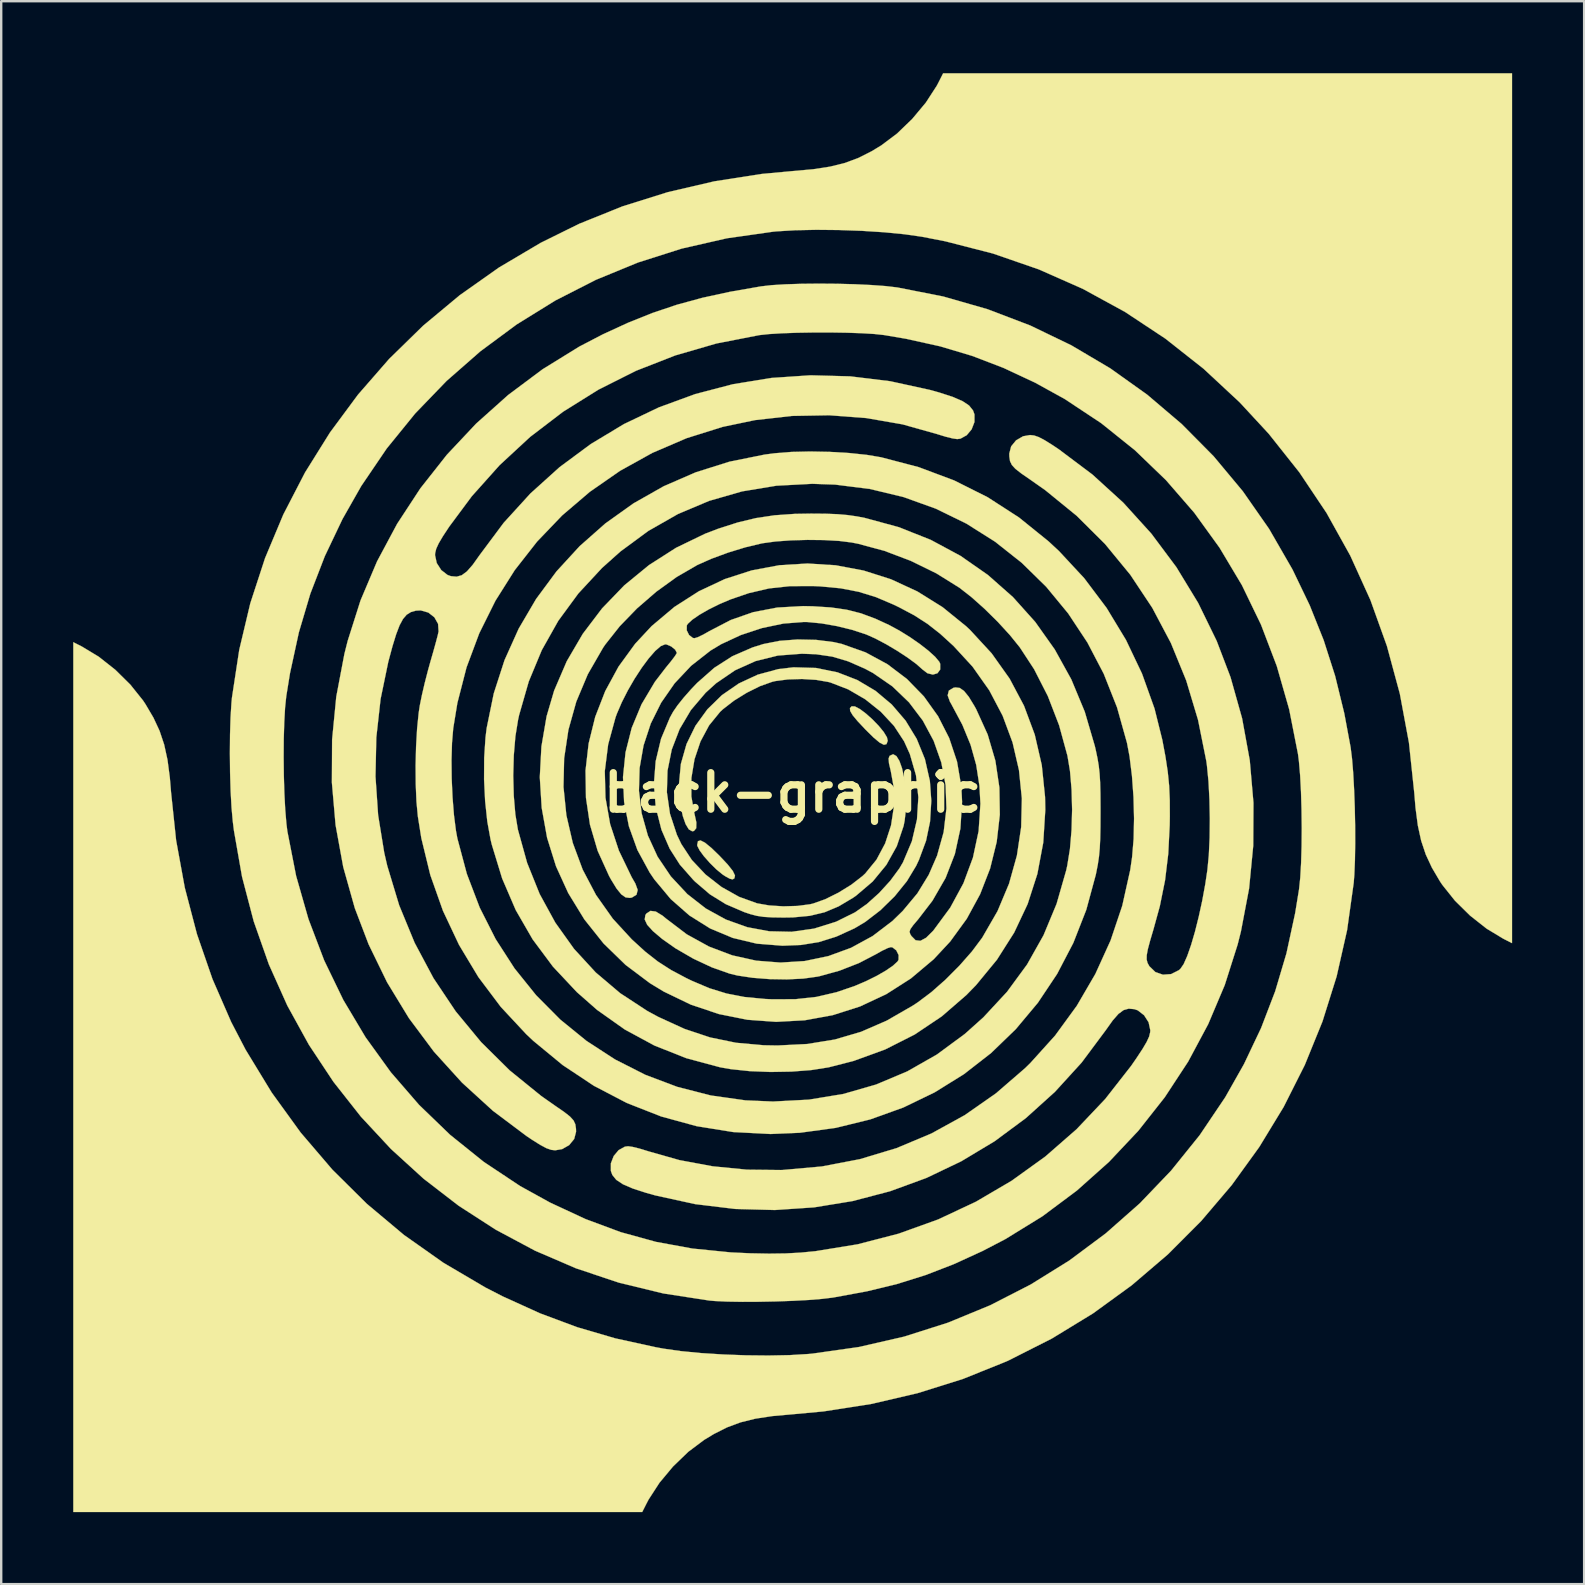
<source format=kicad_pcb>
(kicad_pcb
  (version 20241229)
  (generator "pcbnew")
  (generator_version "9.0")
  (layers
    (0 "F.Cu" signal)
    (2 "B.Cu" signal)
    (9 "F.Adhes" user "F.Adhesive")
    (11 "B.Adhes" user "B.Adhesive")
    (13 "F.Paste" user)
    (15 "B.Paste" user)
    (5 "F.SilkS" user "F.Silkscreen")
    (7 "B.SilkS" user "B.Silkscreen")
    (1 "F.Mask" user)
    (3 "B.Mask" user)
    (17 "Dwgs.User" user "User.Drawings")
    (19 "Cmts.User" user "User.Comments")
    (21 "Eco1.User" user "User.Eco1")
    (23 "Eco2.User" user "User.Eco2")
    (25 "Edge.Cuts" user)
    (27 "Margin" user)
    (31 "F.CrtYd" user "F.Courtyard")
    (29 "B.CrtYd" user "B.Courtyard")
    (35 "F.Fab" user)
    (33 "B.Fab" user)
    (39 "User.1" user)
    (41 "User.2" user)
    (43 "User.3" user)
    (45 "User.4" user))
  (footprint "back-graphic"
    (layer "F.Cu")
    (at 29.977 29.977)
    (property "Reference" "back-graphic" (at 0 0 0) (layer "F.SilkS") (effects (font (size 1.524 1.524) (thickness 0.3))))
    (attr through_hole)
    (fp_poly (pts (xy 2.595 -3.593) (xy 2.806 -3.481) (xy 3.06 -3.29) (xy 3.329 -3.049) (xy 3.583 -2.786) (xy 3.793 -2.53) (xy 3.928 -2.308) (xy 3.961 -2.161) (xy 3.909 -2.022) (xy 3.8 -1.995) (xy 3.622 -2.087) (xy 3.365 -2.302) (xy 3.027 -2.637) (xy 2.705 -2.98) (xy 2.498 -3.23) (xy 2.396 -3.404) (xy 2.386 -3.521) (xy 2.457 -3.599) (xy 2.595 -3.593)) (stroke (width 0.01) (type solid)) (fill yes) (layer "F.SilkS"))
    (fp_poly (pts (xy -3.656 2.082) (xy -3.385 2.304) (xy -3.049 2.629) (xy -2.708 2.992) (xy -2.494 3.262) (xy -2.403 3.452) (xy -2.428 3.57) (xy -2.503 3.614) (xy -2.619 3.586) (xy -2.813 3.48) (xy -2.932 3.4) (xy -3.191 3.186) (xy -3.455 2.924) (xy -3.695 2.652) (xy -3.877 2.404) (xy -3.972 2.218) (xy -3.979 2.178) (xy -3.946 2.022) (xy -3.841 1.989) (xy -3.656 2.082)) (stroke (width 0.01) (type solid)) (fill yes) (layer "F.SilkS"))
    (fp_poly (pts (xy 29.972 6.269) (xy 29.612 6.087) (xy 28.915 5.666) (xy 28.226 5.123) (xy 27.595 4.501) (xy 27.069 3.843) (xy 26.966 3.688) (xy 26.635 3.126) (xy 26.379 2.577) (xy 26.187 2.003) (xy 26.048 1.366) (xy 25.951 0.628) (xy 25.9 0.013) (xy 25.678 -2.081) (xy 25.298 -4.123) (xy 24.761 -6.108) (xy 24.072 -8.028) (xy 23.232 -9.879) (xy 22.244 -11.655) (xy 21.111 -13.348) (xy 19.836 -14.954) (xy 18.627 -16.261) (xy 17.121 -17.662) (xy 15.529 -18.918) (xy 13.852 -20.028) (xy 12.093 -20.99) (xy 10.255 -21.803) (xy 8.341 -22.465) (xy 6.354 -22.975) (xy 5.376 -23.165) (xy 4.654 -23.268) (xy 3.809 -23.35) (xy 2.886 -23.409) (xy 1.931 -23.443) (xy 0.989 -23.452) (xy 0.104 -23.434) (xy -0.677 -23.387) (xy -0.817 -23.373) (xy -2.742 -23.099) (xy -4.621 -22.67) (xy -6.444 -22.09) (xy -8.203 -21.367) (xy -9.889 -20.506) (xy -11.494 -19.513) (xy -13.007 -18.394) (xy -14.421 -17.155) (xy -15.726 -15.802) (xy -16.914 -14.34) (xy -17.976 -12.776) (xy -18.756 -11.403) (xy -19.493 -9.855) (xy -20.096 -8.293) (xy -20.575 -6.679) (xy -20.944 -4.98) (xy -21.099 -4.022) (xy -21.149 -3.547) (xy -21.183 -2.941) (xy -21.204 -2.244) (xy -21.209 -1.493) (xy -21.201 -0.726) (xy -21.179 0.019) (xy -21.143 0.702) (xy -21.094 1.287) (xy -21.054 1.609) (xy -20.689 3.47) (xy -20.175 5.267) (xy -19.519 6.991) (xy -18.724 8.635) (xy -17.796 10.191) (xy -16.741 11.652) (xy -15.565 13.01) (xy -14.272 14.257) (xy -12.867 15.386) (xy -11.358 16.389) (xy -10.101 17.083) (xy -8.621 17.77) (xy -7.163 18.312) (xy -5.693 18.717) (xy -4.177 18.995) (xy -2.579 19.155) (xy -1.778 19.192) (xy -0.981 19.207) (xy -0.296 19.198) (xy 0.333 19.164) (xy 0.95 19.104) (xy 2.71 18.817) (xy 4.417 18.374) (xy 6.061 17.782) (xy 7.633 17.045) (xy 9.124 16.17) (xy 10.525 15.162) (xy 11.827 14.025) (xy 13.02 12.767) (xy 14.096 11.392) (xy 14.308 11.087) (xy 14.573 10.685) (xy 14.749 10.387) (xy 14.852 10.163) (xy 14.896 9.981) (xy 14.901 9.896) (xy 14.83 9.567) (xy 14.642 9.274) (xy 14.379 9.07) (xy 14.236 9.02) (xy 14.001 8.999) (xy 13.788 9.059) (xy 13.573 9.218) (xy 13.332 9.493) (xy 13.042 9.901) (xy 12.04 11.245) (xy 10.927 12.466) (xy 9.714 13.561) (xy 8.411 14.526) (xy 7.027 15.357) (xy 5.574 16.052) (xy 4.06 16.606) (xy 2.497 17.016) (xy 0.893 17.278) (xy -0.741 17.389) (xy -2.395 17.345) (xy -4.059 17.144) (xy -5.723 16.78) (xy -6.113 16.671) (xy -6.668 16.491) (xy -7.074 16.315) (xy -7.35 16.131) (xy -7.514 15.928) (xy -7.575 15.76) (xy -7.574 15.442) (xy -7.456 15.138) (xy -7.251 14.893) (xy -6.991 14.75) (xy -6.857 14.732) (xy -6.668 14.759) (xy -6.38 14.83) (xy -6.052 14.93) (xy -6.019 14.941) (xy -4.718 15.31) (xy -3.331 15.568) (xy -1.906 15.708) (xy -0.491 15.723) (xy -0.423 15.721) (xy 1.217 15.574) (xy 2.803 15.27) (xy 4.327 14.811) (xy 5.784 14.199) (xy 7.168 13.437) (xy 8.471 12.527) (xy 9.69 11.473) (xy 9.905 11.262) (xy 10.932 10.124) (xy 11.838 8.881) (xy 12.612 7.553) (xy 13.247 6.156) (xy 13.733 4.71) (xy 14.063 3.231) (xy 14.143 2.682) (xy 14.206 1.927) (xy 14.224 1.075) (xy 14.201 0.183) (xy 14.137 -0.695) (xy 14.037 -1.506) (xy 13.93 -2.074) (xy 13.515 -3.554) (xy 12.962 -4.951) (xy 12.279 -6.259) (xy 11.477 -7.471) (xy 10.563 -8.579) (xy 9.546 -9.576) (xy 8.434 -10.456) (xy 7.238 -11.211) (xy 5.964 -11.833) (xy 4.622 -12.316) (xy 3.221 -12.653) (xy 1.768 -12.836) (xy 0.817 -12.869) (xy -0.676 -12.79) (xy -2.108 -12.553) (xy -3.476 -12.16) (xy -4.778 -11.611) (xy -6.013 -10.907) (xy -7.176 -10.05) (xy -7.947 -9.36) (xy -8.931 -8.299) (xy -9.766 -7.161) (xy -10.453 -5.94) (xy -10.996 -4.633) (xy -11.398 -3.234) (xy -11.441 -3.038) (xy -11.553 -2.346) (xy -11.62 -1.552) (xy -11.643 -0.711) (xy -11.621 0.125) (xy -11.555 0.902) (xy -11.449 1.539) (xy -11.064 2.925) (xy -10.543 4.22) (xy -9.889 5.416) (xy -9.109 6.509) (xy -8.206 7.491) (xy -7.185 8.356) (xy -6.051 9.098) (xy -5.588 9.348) (xy -4.5 9.845) (xy -3.438 10.199) (xy -2.356 10.421) (xy -1.208 10.524) (xy -0.635 10.534) (xy 0.604 10.472) (xy 1.756 10.285) (xy 2.849 9.964) (xy 3.916 9.5) (xy 4.987 8.884) (xy 5.214 8.735) (xy 5.772 8.316) (xy 6.365 7.793) (xy 6.945 7.211) (xy 7.468 6.617) (xy 7.888 6.056) (xy 7.9 6.038) (xy 8.535 4.937) (xy 9.015 3.793) (xy 9.343 2.619) (xy 9.521 1.429) (xy 9.549 0.238) (xy 9.429 -0.94) (xy 9.162 -2.092) (xy 8.749 -3.204) (xy 8.193 -4.262) (xy 7.494 -5.252) (xy 6.703 -6.112) (xy 6.143 -6.623) (xy 5.617 -7.035) (xy 5.065 -7.39) (xy 4.428 -7.728) (xy 4.204 -7.836) (xy 3.47 -8.148) (xy 2.753 -8.369) (xy 1.998 -8.515) (xy 1.152 -8.595) (xy 0.847 -8.609) (xy -0.113 -8.605) (xy -0.985 -8.51) (xy -1.831 -8.313) (xy -2.589 -8.053) (xy -3.052 -7.856) (xy -3.491 -7.639) (xy -3.877 -7.417) (xy -4.179 -7.21) (xy -4.368 -7.036) (xy -4.411 -6.966) (xy -4.414 -6.765) (xy -4.317 -6.57) (xy -4.161 -6.448) (xy -4.091 -6.435) (xy -3.954 -6.477) (xy -3.726 -6.586) (xy -3.478 -6.727) (xy -2.578 -7.195) (xy -1.642 -7.522) (xy -0.645 -7.713) (xy 0.435 -7.774) (xy 0.839 -7.766) (xy 1.599 -7.717) (xy 2.249 -7.623) (xy 2.846 -7.472) (xy 3.448 -7.248) (xy 4.022 -6.983) (xy 4.452 -6.75) (xy 4.886 -6.481) (xy 5.296 -6.196) (xy 5.655 -5.916) (xy 5.935 -5.662) (xy 6.108 -5.455) (xy 6.147 -5.371) (xy 6.147 -5.131) (xy 6.033 -4.976) (xy 5.844 -4.92) (xy 5.617 -4.975) (xy 5.412 -5.13) (xy 5.157 -5.358) (xy 4.789 -5.628) (xy 4.352 -5.914) (xy 3.889 -6.188) (xy 3.441 -6.425) (xy 3.064 -6.593) (xy 2.488 -6.782) (xy 1.845 -6.94) (xy 1.199 -7.053) (xy 0.619 -7.109) (xy 0.466 -7.112) (xy -0.384 -7.046) (xy -1.278 -6.859) (xy -2.161 -6.567) (xy -2.979 -6.187) (xy -3.422 -5.921) (xy -4.233 -5.285) (xy -4.92 -4.555) (xy -5.481 -3.748) (xy -5.913 -2.88) (xy -6.213 -1.968) (xy -6.378 -1.028) (xy -6.405 -0.079) (xy -6.291 0.865) (xy -6.033 1.786) (xy -5.629 2.667) (xy -5.076 3.488) (xy -4.389 4.225) (xy -3.619 4.826) (xy -2.783 5.286) (xy -1.897 5.604) (xy -0.978 5.775) (xy -0.043 5.796) (xy 0.891 5.664) (xy 1.809 5.377) (xy 2.601 4.985) (xy 3.094 4.637) (xy 3.598 4.184) (xy 4.065 3.673) (xy 4.447 3.155) (xy 4.597 2.9) (xy 4.967 2.024) (xy 5.18 1.114) (xy 5.237 0.191) (xy 5.138 -0.725) (xy 4.882 -1.611) (xy 4.641 -2.143) (xy 4.222 -2.782) (xy 3.671 -3.374) (xy 3.023 -3.891) (xy 2.314 -4.304) (xy 1.582 -4.587) (xy 1.485 -4.613) (xy 0.978 -4.7) (xy 0.392 -4.736) (xy -0.198 -4.719) (xy -0.721 -4.65) (xy -0.85 -4.62) (xy -1.357 -4.44) (xy -1.91 -4.165) (xy -2.448 -3.832) (xy -2.908 -3.475) (xy -3.023 -3.368) (xy -3.482 -2.804) (xy -3.841 -2.134) (xy -4.09 -1.393) (xy -4.219 -0.617) (xy -4.221 0.158) (xy -4.096 0.859) (xy -4.013 1.239) (xy -4.019 1.482) (xy -4.113 1.596) (xy -4.186 1.609) (xy -4.328 1.529) (xy -4.461 1.309) (xy -4.577 0.977) (xy -4.667 0.563) (xy -4.724 0.095) (xy -4.74 -0.322) (xy -4.658 -1.198) (xy -4.423 -2.024) (xy -4.051 -2.786) (xy -3.555 -3.471) (xy -2.948 -4.064) (xy -2.244 -4.55) (xy -1.457 -4.916) (xy -0.602 -5.148) (xy 0.035 -5.223) (xy 0.972 -5.196) (xy 1.863 -5.015) (xy 2.694 -4.693) (xy 3.453 -4.242) (xy 4.127 -3.675) (xy 4.703 -3.004) (xy 5.168 -2.241) (xy 5.511 -1.398) (xy 5.717 -0.489) (xy 5.776 0.339) (xy 5.724 1.204) (xy 5.558 2.002) (xy 5.263 2.797) (xy 5.145 3.048) (xy 4.76 3.687) (xy 4.25 4.318) (xy 3.656 4.899) (xy 3.02 5.388) (xy 2.578 5.651) (xy 1.817 5.998) (xy 1.094 6.225) (xy 0.346 6.346) (xy -0.423 6.377) (xy -1.491 6.292) (xy -2.499 6.051) (xy -3.44 5.657) (xy -4.303 5.116) (xy -5.081 4.433) (xy -5.764 3.613) (xy -5.957 3.329) (xy -6.469 2.388) (xy -6.824 1.401) (xy -7.024 0.383) (xy -7.07 -0.65) (xy -6.963 -1.683) (xy -6.706 -2.699) (xy -6.297 -3.683) (xy -5.74 -4.619) (xy -5.281 -5.216) (xy -5.072 -5.471) (xy -4.913 -5.68) (xy -4.832 -5.808) (xy -4.826 -5.826) (xy -4.896 -5.96) (xy -5.06 -6.092) (xy -5.251 -6.174) (xy -5.313 -6.181) (xy -5.495 -6.107) (xy -5.73 -5.903) (xy -6.001 -5.593) (xy -6.292 -5.2) (xy -6.586 -4.749) (xy -6.867 -4.263) (xy -7.119 -3.768) (xy -7.326 -3.286) (xy -7.381 -3.135) (xy -7.688 -2.011) (xy -7.828 -0.898) (xy -7.8 0.208) (xy -7.605 1.311) (xy -7.241 2.414) (xy -6.708 3.52) (xy -6.554 3.787) (xy -6.457 4.053) (xy -6.507 4.252) (xy -6.697 4.369) (xy -6.785 4.385) (xy -6.961 4.363) (xy -7.139 4.239) (xy -7.336 3.997) (xy -7.568 3.618) (xy -7.649 3.471) (xy -8.125 2.423) (xy -8.446 1.331) (xy -8.613 0.21) (xy -8.631 -0.922) (xy -8.501 -2.051) (xy -8.227 -3.159) (xy -7.81 -4.231) (xy -7.255 -5.252) (xy -6.563 -6.203) (xy -5.878 -6.939) (xy -4.929 -7.738) (xy -3.908 -8.392) (xy -2.829 -8.899) (xy -1.706 -9.261) (xy -0.552 -9.477) (xy 0.619 -9.548) (xy 1.793 -9.474) (xy 2.956 -9.255) (xy 4.095 -8.892) (xy 5.195 -8.384) (xy 6.244 -7.731) (xy 7.227 -6.934) (xy 7.391 -6.78) (xy 8.29 -5.805) (xy 9.04 -4.75) (xy 9.639 -3.62) (xy 10.086 -2.419) (xy 10.379 -1.15) (xy 10.516 0.18) (xy 10.526 0.72) (xy 10.441 2.078) (xy 10.195 3.386) (xy 9.79 4.64) (xy 9.228 5.832) (xy 8.512 6.959) (xy 7.644 8.014) (xy 7.246 8.424) (xy 6.215 9.318) (xy 5.085 10.076) (xy 3.858 10.697) (xy 2.537 11.178) (xy 1.498 11.444) (xy 0.777 11.558) (xy -0.049 11.622) (xy -0.922 11.637) (xy -1.786 11.603) (xy -2.583 11.519) (xy -3.022 11.442) (xy -4.434 11.062) (xy -5.758 10.537) (xy -6.996 9.867) (xy -8.149 9.051) (xy -8.991 8.311) (xy -9.988 7.248) (xy -10.835 6.11) (xy -11.539 4.89) (xy -12.104 3.577) (xy -12.536 2.164) (xy -12.588 1.948) (xy -12.723 1.204) (xy -12.814 0.352) (xy -12.858 -0.553) (xy -12.853 -1.456) (xy -12.798 -2.302) (xy -12.75 -2.689) (xy -12.454 -4.135) (xy -12.006 -5.52) (xy -11.415 -6.834) (xy -10.69 -8.07) (xy -9.841 -9.218) (xy -8.876 -10.27) (xy -7.804 -11.218) (xy -6.634 -12.053) (xy -5.376 -12.766) (xy -4.038 -13.348) (xy -2.629 -13.792) (xy -1.159 -14.088) (xy -0.743 -14.142) (xy -0.054 -14.197) (xy 0.726 -14.215) (xy 1.546 -14.199) (xy 2.351 -14.152) (xy 3.091 -14.074) (xy 3.68 -13.975) (xy 5.251 -13.563) (xy 6.73 -13.009) (xy 8.122 -12.311) (xy 9.43 -11.466) (xy 10.659 -10.473) (xy 11.099 -10.064) (xy 12.148 -8.935) (xy 13.081 -7.695) (xy 13.887 -6.364) (xy 14.555 -4.961) (xy 15.076 -3.506) (xy 15.401 -2.201) (xy 15.534 -1.492) (xy 15.627 -0.877) (xy 15.685 -0.297) (xy 15.712 0.307) (xy 15.715 0.993) (xy 15.709 1.355) (xy 15.649 2.547) (xy 15.516 3.649) (xy 15.298 4.728) (xy 15.033 5.693) (xy 14.891 6.173) (xy 14.798 6.522) (xy 14.752 6.772) (xy 14.749 6.952) (xy 14.786 7.094) (xy 14.858 7.226) (xy 14.863 7.233) (xy 15.112 7.474) (xy 15.428 7.584) (xy 15.769 7.559) (xy 16.091 7.396) (xy 16.153 7.342) (xy 16.29 7.144) (xy 16.441 6.803) (xy 16.601 6.344) (xy 16.763 5.791) (xy 16.919 5.169) (xy 17.064 4.504) (xy 17.19 3.819) (xy 17.28 3.217) (xy 17.339 2.602) (xy 17.373 1.874) (xy 17.381 1.085) (xy 17.365 0.288) (xy 17.326 -0.464) (xy 17.262 -1.119) (xy 17.236 -1.312) (xy 16.89 -3.033) (xy 16.397 -4.675) (xy 15.76 -6.233) (xy 14.982 -7.704) (xy 14.067 -9.081) (xy 13.016 -10.36) (xy 11.834 -11.536) (xy 10.524 -12.604) (xy 9.898 -13.044) (xy 9.531 -13.297) (xy 9.283 -13.49) (xy 9.133 -13.653) (xy 9.056 -13.814) (xy 9.028 -14.003) (xy 9.025 -14.128) (xy 9.103 -14.428) (xy 9.309 -14.681) (xy 9.602 -14.85) (xy 9.891 -14.901) (xy 10.062 -14.882) (xy 10.257 -14.814) (xy 10.508 -14.681) (xy 10.845 -14.47) (xy 11.087 -14.308) (xy 12.488 -13.256) (xy 13.776 -12.082) (xy 14.944 -10.793) (xy 15.986 -9.398) (xy 16.895 -7.905) (xy 17.666 -6.324) (xy 18.244 -4.81) (xy 18.726 -3.096) (xy 19.045 -1.349) (xy 19.199 0.423) (xy 19.19 2.209) (xy 19.016 3.999) (xy 18.677 5.783) (xy 18.54 6.326) (xy 18.004 8.013) (xy 17.314 9.643) (xy 16.479 11.204) (xy 15.505 12.689) (xy 14.403 14.086) (xy 13.179 15.385) (xy 11.843 16.577) (xy 10.403 17.652) (xy 8.866 18.599) (xy 7.916 19.094) (xy 6.71 19.646) (xy 5.538 20.099) (xy 4.35 20.471) (xy 3.098 20.775) (xy 1.732 21.027) (xy 1.645 21.041) (xy 1.212 21.093) (xy 0.651 21.138) (xy -0.001 21.173) (xy -0.704 21.198) (xy -1.418 21.212) (xy -2.105 21.215) (xy -2.724 21.205) (xy -3.237 21.181) (xy -3.471 21.161) (xy -5.384 20.866) (xy -7.236 20.417) (xy -9.023 19.82) (xy -10.737 19.082) (xy -12.371 18.209) (xy -13.92 17.208) (xy -15.377 16.085) (xy -16.736 14.847) (xy -17.989 13.5) (xy -19.131 12.051) (xy -20.155 10.506) (xy -21.055 8.872) (xy -21.824 7.155) (xy -22.455 5.362) (xy -22.943 3.499) (xy -23.281 1.573) (xy -23.328 1.196) (xy -23.38 0.619) (xy -23.418 -0.075) (xy -23.441 -0.841) (xy -23.449 -1.635) (xy -23.443 -2.413) (xy -23.421 -3.13) (xy -23.383 -3.741) (xy -23.362 -3.962) (xy -23.059 -5.95) (xy -22.598 -7.89) (xy -21.983 -9.773) (xy -21.221 -11.592) (xy -20.318 -13.339) (xy -19.278 -15.006) (xy -18.108 -16.587) (xy -16.813 -18.072) (xy -15.398 -19.455) (xy -13.871 -20.727) (xy -12.235 -21.882) (xy -10.497 -22.91) (xy -8.89 -23.704) (xy -7.093 -24.428) (xy -5.208 -25.019) (xy -3.263 -25.472) (xy -1.285 -25.78) (xy 0.013 -25.9) (xy 0.849 -25.975) (xy 1.555 -26.083) (xy 2.17 -26.235) (xy 2.733 -26.444) (xy 3.281 -26.72) (xy 3.688 -26.966) (xy 4.348 -27.461) (xy 4.982 -28.072) (xy 5.548 -28.75) (xy 6.002 -29.45) (xy 6.087 -29.612) (xy 6.269 -29.972) (xy 29.972 -29.972) (xy 29.972 6.269)) (stroke (width 0.01) (type solid)) (fill yes) (layer "F.SilkS"))
    (fp_poly (pts (xy 1.845 -21.203) (xy 2.584 -21.184) (xy 3.274 -21.151) (xy 3.878 -21.107) (xy 4.36 -21.05) (xy 6.27 -20.674) (xy 8.12 -20.143) (xy 9.903 -19.463) (xy 11.611 -18.639) (xy 13.236 -17.678) (xy 14.771 -16.583) (xy 16.207 -15.362) (xy 17.537 -14.019) (xy 18.754 -12.561) (xy 19.849 -10.992) (xy 20.814 -9.318) (xy 20.838 -9.272) (xy 21.542 -7.808) (xy 22.124 -6.354) (xy 22.601 -4.867) (xy 22.984 -3.302) (xy 23.247 -1.89) (xy 23.305 -1.426) (xy 23.354 -0.83) (xy 23.392 -0.139) (xy 23.42 0.608) (xy 23.436 1.375) (xy 23.438 2.125) (xy 23.427 2.819) (xy 23.402 3.42) (xy 23.376 3.757) (xy 23.1 5.729) (xy 22.664 7.657) (xy 22.075 9.532) (xy 21.337 11.347) (xy 20.457 13.094) (xy 19.44 14.765) (xy 18.293 16.351) (xy 17.021 17.846) (xy 15.629 19.241) (xy 14.124 20.527) (xy 12.512 21.698) (xy 10.797 22.745) (xy 8.987 23.661) (xy 8.89 23.704) (xy 7.093 24.428) (xy 5.208 25.019) (xy 3.263 25.472) (xy 1.285 25.78) (xy -0.013 25.9) (xy -0.849 25.975) (xy -1.555 26.083) (xy -2.17 26.235) (xy -2.733 26.444) (xy -3.281 26.72) (xy -3.688 26.966) (xy -4.348 27.461) (xy -4.982 28.072) (xy -5.548 28.75) (xy -6.002 29.45) (xy -6.087 29.612) (xy -6.269 29.972) (xy -29.972 29.972) (xy -29.972 -6.269) (xy -29.612 -6.087) (xy -28.915 -5.666) (xy -28.226 -5.123) (xy -27.596 -4.501) (xy -27.069 -3.843) (xy -26.966 -3.688) (xy -26.635 -3.126) (xy -26.379 -2.577) (xy -26.187 -2.003) (xy -26.048 -1.366) (xy -25.951 -0.628) (xy -25.9 -0.013) (xy -25.689 1.987) (xy -25.327 3.963) (xy -24.82 5.897) (xy -24.174 7.767) (xy -23.395 9.555) (xy -22.794 10.71) (xy -21.706 12.496) (xy -20.499 14.163) (xy -19.176 15.71) (xy -17.741 17.132) (xy -16.197 18.427) (xy -14.548 19.59) (xy -12.797 20.62) (xy -12.07 20.993) (xy -10.521 21.696) (xy -8.977 22.272) (xy -7.389 22.737) (xy -5.709 23.105) (xy -5.368 23.167) (xy -4.652 23.269) (xy -3.813 23.35) (xy -2.896 23.408) (xy -1.946 23.443) (xy -1.007 23.452) (xy -0.125 23.435) (xy 0.655 23.388) (xy 0.817 23.373) (xy 2.753 23.098) (xy 4.639 22.666) (xy 6.468 22.084) (xy 8.232 21.357) (xy 9.921 20.491) (xy 11.528 19.492) (xy 13.043 18.364) (xy 14.459 17.115) (xy 15.767 15.749) (xy 16.958 14.272) (xy 18.024 12.69) (xy 18.803 11.312) (xy 19.518 9.805) (xy 20.104 8.277) (xy 20.574 6.694) (xy 20.936 5.022) (xy 21.099 4.022) (xy 21.149 3.542) (xy 21.184 2.933) (xy 21.205 2.232) (xy 21.211 1.477) (xy 21.202 0.708) (xy 21.18 -0.037) (xy 21.144 -0.719) (xy 21.094 -1.301) (xy 21.055 -1.609) (xy 20.687 -3.475) (xy 20.171 -5.276) (xy 19.513 -7.002) (xy 18.717 -8.648) (xy 17.788 -10.204) (xy 16.732 -11.665) (xy 15.554 -13.022) (xy 14.26 -14.268) (xy 12.854 -15.396) (xy 11.342 -16.398) (xy 10.101 -17.083) (xy 8.787 -17.697) (xy 7.483 -18.197) (xy 6.142 -18.598) (xy 4.717 -18.913) (xy 3.81 -19.067) (xy 3.411 -19.111) (xy 2.881 -19.143) (xy 2.256 -19.164) (xy 1.573 -19.175) (xy 0.871 -19.174) (xy 0.186 -19.163) (xy -0.444 -19.141) (xy -0.983 -19.108) (xy -1.393 -19.064) (xy -1.397 -19.063) (xy -3.176 -18.716) (xy -4.89 -18.219) (xy -6.531 -17.577) (xy -8.091 -16.793) (xy -9.563 -15.874) (xy -10.938 -14.824) (xy -12.209 -13.648) (xy -13.369 -12.351) (xy -14.308 -11.087) (xy -14.573 -10.685) (xy -14.749 -10.387) (xy -14.852 -10.163) (xy -14.896 -9.981) (xy -14.901 -9.896) (xy -14.83 -9.567) (xy -14.642 -9.274) (xy -14.379 -9.07) (xy -14.236 -9.02) (xy -14.001 -8.999) (xy -13.788 -9.059) (xy -13.573 -9.218) (xy -13.331 -9.494) (xy -13.043 -9.899) (xy -12.04 -11.244) (xy -10.927 -12.466) (xy -9.713 -13.562) (xy -8.41 -14.527) (xy -7.027 -15.359) (xy -5.573 -16.054) (xy -4.059 -16.608) (xy -2.496 -17.017) (xy -0.892 -17.279) (xy 0.742 -17.39) (xy 2.397 -17.346) (xy 4.062 -17.143) (xy 5.727 -16.779) (xy 6.113 -16.671) (xy 6.668 -16.491) (xy 7.074 -16.315) (xy 7.35 -16.131) (xy 7.514 -15.928) (xy 7.575 -15.76) (xy 7.574 -15.442) (xy 7.456 -15.138) (xy 7.251 -14.893) (xy 6.991 -14.75) (xy 6.857 -14.732) (xy 6.668 -14.759) (xy 6.38 -14.83) (xy 6.052 -14.93) (xy 6.019 -14.941) (xy 4.577 -15.346) (xy 3.07 -15.608) (xy 1.525 -15.725) (xy -0.031 -15.697) (xy -1.57 -15.523) (xy -2.915 -15.242) (xy -4.42 -14.77) (xy -5.849 -14.156) (xy -7.195 -13.409) (xy -8.45 -12.537) (xy -9.605 -11.551) (xy -10.651 -10.459) (xy -11.581 -9.271) (xy -12.386 -7.995) (xy -13.058 -6.642) (xy -13.589 -5.22) (xy -13.97 -3.739) (xy -14.143 -2.682) (xy -14.194 -2.074) (xy -14.215 -1.36) (xy -14.207 -0.588) (xy -14.172 0.192) (xy -14.113 0.932) (xy -14.03 1.582) (xy -13.971 1.905) (xy -13.575 3.386) (xy -13.04 4.788) (xy -12.375 6.102) (xy -11.588 7.323) (xy -10.688 8.441) (xy -9.685 9.452) (xy -8.586 10.346) (xy -7.4 11.116) (xy -6.137 11.757) (xy -4.805 12.259) (xy -3.412 12.616) (xy -1.968 12.82) (xy -0.817 12.869) (xy 0.677 12.79) (xy 2.108 12.554) (xy 3.475 12.161) (xy 4.776 11.613) (xy 6.01 10.91) (xy 7.173 10.053) (xy 7.947 9.36) (xy 8.931 8.299) (xy 9.766 7.161) (xy 10.453 5.94) (xy 10.996 4.633) (xy 11.398 3.234) (xy 11.441 3.038) (xy 11.553 2.346) (xy 11.62 1.552) (xy 11.643 0.711) (xy 11.621 -0.125) (xy 11.555 -0.902) (xy 11.449 -1.539) (xy 11.101 -2.809) (xy 10.633 -4.021) (xy 10.06 -5.144) (xy 9.465 -6.054) (xy 9.051 -6.566) (xy 8.547 -7.116) (xy 7.999 -7.657) (xy 7.451 -8.146) (xy 6.949 -8.538) (xy 6.943 -8.542) (xy 5.985 -9.139) (xy 4.927 -9.657) (xy 3.823 -10.076) (xy 2.727 -10.371) (xy 2.455 -10.424) (xy 1.937 -10.489) (xy 1.307 -10.525) (xy 0.619 -10.532) (xy -0.073 -10.513) (xy -0.714 -10.466) (xy -1.25 -10.393) (xy -1.293 -10.385) (xy -1.968 -10.224) (xy -2.687 -10.004) (xy -3.38 -9.749) (xy -3.977 -9.484) (xy -3.985 -9.479) (xy -4.835 -8.986) (xy -5.682 -8.374) (xy -6.485 -7.678) (xy -7.207 -6.933) (xy -7.808 -6.173) (xy -7.9 -6.038) (xy -8.535 -4.936) (xy -9.016 -3.792) (xy -9.344 -2.618) (xy -9.522 -1.429) (xy -9.549 -0.238) (xy -9.429 0.941) (xy -9.162 2.093) (xy -8.75 3.205) (xy -8.193 4.263) (xy -7.493 5.253) (xy -6.703 6.112) (xy -6.143 6.623) (xy -5.617 7.035) (xy -5.065 7.39) (xy -4.428 7.728) (xy -4.204 7.836) (xy -3.47 8.148) (xy -2.753 8.369) (xy -1.998 8.515) (xy -1.152 8.595) (xy -0.847 8.609) (xy 0.113 8.605) (xy 0.985 8.51) (xy 1.831 8.313) (xy 2.589 8.053) (xy 3.052 7.856) (xy 3.491 7.639) (xy 3.877 7.417) (xy 4.179 7.21) (xy 4.368 7.036) (xy 4.411 6.966) (xy 4.414 6.765) (xy 4.317 6.57) (xy 4.161 6.448) (xy 4.091 6.435) (xy 3.954 6.477) (xy 3.726 6.586) (xy 3.478 6.727) (xy 2.761 7.1) (xy 1.952 7.416) (xy 1.126 7.645) (xy 1.024 7.666) (xy 0.44 7.747) (xy -0.242 7.78) (xy -0.963 7.768) (xy -1.669 7.713) (xy -2.301 7.618) (xy -2.625 7.54) (xy -3.364 7.279) (xy -4.139 6.916) (xy -4.881 6.486) (xy -5.439 6.093) (xy -5.824 5.767) (xy -6.063 5.502) (xy -6.165 5.283) (xy -6.137 5.099) (xy -6.095 5.037) (xy -5.924 4.925) (xy -5.703 4.953) (xy -5.42 5.126) (xy -5.273 5.248) (xy -4.411 5.903) (xy -3.486 6.412) (xy -2.517 6.778) (xy -1.518 7) (xy -0.507 7.079) (xy 0.499 7.016) (xy 1.486 6.81) (xy 2.435 6.463) (xy 3.33 5.975) (xy 4.156 5.346) (xy 4.585 4.929) (xy 5.195 4.197) (xy 5.669 3.423) (xy 6.018 2.621) (xy 6.291 1.641) (xy 6.407 0.657) (xy 6.372 -0.316) (xy 6.192 -1.261) (xy 5.874 -2.162) (xy 5.424 -3.001) (xy 4.848 -3.763) (xy 4.153 -4.43) (xy 3.345 -4.987) (xy 3.006 -5.168) (xy 2.306 -5.474) (xy 1.65 -5.669) (xy 0.969 -5.768) (xy 0.381 -5.789) (xy -0.617 -5.713) (xy -1.543 -5.484) (xy -2.398 -5.1) (xy -3.185 -4.563) (xy -3.627 -4.163) (xy -4.241 -3.441) (xy -4.712 -2.646) (xy -5.038 -1.798) (xy -5.215 -0.915) (xy -5.241 -0.017) (xy -5.112 0.878) (xy -4.825 1.752) (xy -4.638 2.143) (xy -4.201 2.805) (xy -3.631 3.409) (xy -2.963 3.93) (xy -2.23 4.341) (xy -1.482 4.611) (xy -0.977 4.699) (xy -0.393 4.736) (xy 0.199 4.719) (xy 0.724 4.65) (xy 0.85 4.62) (xy 1.357 4.44) (xy 1.91 4.165) (xy 2.448 3.832) (xy 2.908 3.475) (xy 3.023 3.368) (xy 3.492 2.793) (xy 3.854 2.113) (xy 4.099 1.361) (xy 4.22 0.569) (xy 4.209 -0.23) (xy 4.089 -0.896) (xy 4.013 -1.221) (xy 3.997 -1.422) (xy 4.037 -1.531) (xy 4.041 -1.535) (xy 4.186 -1.602) (xy 4.324 -1.524) (xy 4.448 -1.322) (xy 4.555 -1.021) (xy 4.64 -0.644) (xy 4.698 -0.214) (xy 4.725 0.247) (xy 4.716 0.713) (xy 4.666 1.163) (xy 4.622 1.387) (xy 4.338 2.23) (xy 3.904 3.008) (xy 3.334 3.702) (xy 2.638 4.295) (xy 2.512 4.382) (xy 1.914 4.738) (xy 1.331 4.983) (xy 0.713 5.131) (xy 0.011 5.197) (xy -0.381 5.203) (xy -0.852 5.196) (xy -1.205 5.175) (xy -1.493 5.132) (xy -1.768 5.06) (xy -2.018 4.976) (xy -2.784 4.647) (xy -3.448 4.236) (xy -4.07 3.704) (xy -4.141 3.633) (xy -4.699 3) (xy -5.124 2.335) (xy -5.452 1.581) (xy -5.472 1.526) (xy -5.705 0.604) (xy -5.783 -0.351) (xy -5.708 -1.31) (xy -5.484 -2.247) (xy -5.113 -3.132) (xy -4.98 -3.373) (xy -4.802 -3.632) (xy -4.54 -3.96) (xy -4.23 -4.311) (xy -3.979 -4.574) (xy -3.267 -5.202) (xy -2.514 -5.685) (xy -1.676 -6.05) (xy -1.223 -6.192) (xy -0.554 -6.325) (xy 0.201 -6.383) (xy 0.977 -6.366) (xy 1.708 -6.274) (xy 2.044 -6.198) (xy 3.039 -5.845) (xy 3.948 -5.353) (xy 4.761 -4.737) (xy 5.468 -4.01) (xy 6.058 -3.185) (xy 6.521 -2.276) (xy 6.848 -1.296) (xy 7.027 -0.258) (xy 7.059 0.381) (xy 6.988 1.497) (xy 6.759 2.553) (xy 6.371 3.554) (xy 5.823 4.504) (xy 5.232 5.273) (xy 5.02 5.523) (xy 4.905 5.685) (xy 4.869 5.795) (xy 4.899 5.894) (xy 4.947 5.972) (xy 5.121 6.148) (xy 5.322 6.173) (xy 5.559 6.046) (xy 5.845 5.763) (xy 5.868 5.736) (xy 6.566 4.789) (xy 7.115 3.775) (xy 7.511 2.707) (xy 7.748 1.599) (xy 7.823 0.464) (xy 7.782 -0.288) (xy 7.647 -1.158) (xy 7.414 -1.991) (xy 7.07 -2.828) (xy 6.599 -3.712) (xy 6.554 -3.787) (xy 6.457 -4.053) (xy 6.507 -4.252) (xy 6.697 -4.369) (xy 6.785 -4.385) (xy 6.961 -4.363) (xy 7.139 -4.239) (xy 7.336 -3.997) (xy 7.568 -3.618) (xy 7.649 -3.471) (xy 8.125 -2.423) (xy 8.446 -1.331) (xy 8.613 -0.21) (xy 8.631 0.922) (xy 8.501 2.051) (xy 8.227 3.159) (xy 7.81 4.231) (xy 7.255 5.252) (xy 6.563 6.203) (xy 5.878 6.939) (xy 4.925 7.741) (xy 3.898 8.397) (xy 2.808 8.907) (xy 1.671 9.27) (xy 0.501 9.484) (xy -0.69 9.549) (xy -1.887 9.462) (xy -3.075 9.224) (xy -4.242 8.832) (xy -5.374 8.286) (xy -5.943 7.941) (xy -6.961 7.177) (xy -7.877 6.286) (xy -8.678 5.282) (xy -9.352 4.182) (xy -9.86 3.069) (xy -10.232 1.88) (xy -10.457 0.632) (xy -10.536 -0.645) (xy -10.468 -1.926) (xy -10.253 -3.181) (xy -9.938 -4.253) (xy -9.413 -5.475) (xy -8.743 -6.621) (xy -7.941 -7.678) (xy -7.018 -8.636) (xy -5.986 -9.482) (xy -4.857 -10.204) (xy -3.643 -10.791) (xy -3.106 -10.996) (xy -2.293 -11.257) (xy -1.528 -11.441) (xy -0.754 -11.557) (xy 0.086 -11.616) (xy 0.762 -11.627) (xy 1.379 -11.622) (xy 1.874 -11.603) (xy 2.295 -11.566) (xy 2.689 -11.509) (xy 3.022 -11.443) (xy 4.43 -11.06) (xy 5.756 -10.532) (xy 6.995 -9.866) (xy 8.137 -9.069) (xy 9.178 -8.149) (xy 10.108 -7.112) (xy 10.921 -5.965) (xy 11.611 -4.717) (xy 12.17 -3.373) (xy 12.59 -1.942) (xy 12.63 -1.768) (xy 12.701 -1.43) (xy 12.753 -1.118) (xy 12.788 -0.795) (xy 12.811 -0.423) (xy 12.823 0.033) (xy 12.827 0.612) (xy 12.827 0.804) (xy 12.824 1.43) (xy 12.814 1.924) (xy 12.794 2.324) (xy 12.762 2.67) (xy 12.713 2.998) (xy 12.645 3.346) (xy 12.629 3.422) (xy 12.234 4.879) (xy 11.694 6.259) (xy 11.019 7.552) (xy 10.217 8.753) (xy 9.296 9.854) (xy 8.267 10.848) (xy 7.137 11.728) (xy 5.915 12.487) (xy 4.611 13.118) (xy 3.234 13.613) (xy 1.791 13.967) (xy 0.293 14.171) (xy -0.92 14.222) (xy -2.476 14.141) (xy -3.999 13.896) (xy -5.48 13.491) (xy -6.911 12.929) (xy -8.281 12.214) (xy -9.582 11.35) (xy -10.806 10.341) (xy -11.1 10.064) (xy -12.159 8.928) (xy -13.095 7.683) (xy -13.901 6.342) (xy -14.571 4.921) (xy -15.097 3.434) (xy -15.472 1.895) (xy -15.617 0.986) (xy -15.675 0.368) (xy -15.705 -0.356) (xy -15.711 -1.136) (xy -15.691 -1.925) (xy -15.648 -2.671) (xy -15.582 -3.327) (xy -15.534 -3.641) (xy -15.448 -4.064) (xy -15.329 -4.575) (xy -15.193 -5.102) (xy -15.093 -5.461) (xy -14.974 -5.874) (xy -14.87 -6.248) (xy -14.792 -6.543) (xy -14.753 -6.716) (xy -14.753 -6.717) (xy -14.774 -7.034) (xy -14.929 -7.308) (xy -15.182 -7.505) (xy -15.498 -7.595) (xy -15.702 -7.584) (xy -15.908 -7.524) (xy -16.083 -7.415) (xy -16.236 -7.237) (xy -16.379 -6.972) (xy -16.521 -6.599) (xy -16.675 -6.099) (xy -16.849 -5.452) (xy -16.849 -5.452) (xy -17.17 -3.901) (xy -17.348 -2.297) (xy -17.382 -0.673) (xy -17.272 0.939) (xy -17.017 2.506) (xy -16.892 3.048) (xy -16.395 4.692) (xy -15.751 6.255) (xy -14.965 7.73) (xy -14.041 9.111) (xy -12.982 10.393) (xy -11.793 11.57) (xy -10.478 12.637) (xy -9.892 13.048) (xy -9.526 13.3) (xy -9.28 13.493) (xy -9.131 13.656) (xy -9.055 13.817) (xy -9.028 14.008) (xy -9.025 14.128) (xy -9.103 14.428) (xy -9.309 14.681) (xy -9.602 14.85) (xy -9.891 14.901) (xy -10.062 14.882) (xy -10.257 14.814) (xy -10.508 14.681) (xy -10.845 14.47) (xy -11.087 14.308) (xy -12.49 13.255) (xy -13.778 12.08) (xy -14.947 10.791) (xy -15.988 9.396) (xy -16.898 7.902) (xy -17.668 6.32) (xy -18.244 4.81) (xy -18.726 3.096) (xy -19.045 1.349) (xy -19.199 -0.423) (xy -19.19 -2.209) (xy -19.016 -3.999) (xy -18.677 -5.783) (xy -18.54 -6.326) (xy -18.005 -8.01) (xy -17.316 -9.638) (xy -16.481 -11.199) (xy -15.509 -12.683) (xy -14.408 -14.079) (xy -13.187 -15.378) (xy -11.855 -16.569) (xy -10.42 -17.641) (xy -8.892 -18.585) (xy -7.916 -19.093) (xy -6.862 -19.578) (xy -5.845 -19.986) (xy -4.825 -20.329) (xy -3.759 -20.62) (xy -2.608 -20.87) (xy -1.33 -21.093) (xy -1.312 -21.096) (xy -0.873 -21.146) (xy -0.301 -21.181) (xy 0.366 -21.202) (xy 1.094 -21.209) (xy 1.845 -21.203)) (stroke (width 0.01) (type solid)) (fill yes) (layer "F.SilkS")))
  (gr_rect
    (start -3 -3)
    (end 62.954 62.954)
    (stroke (width 0.1) (type default))
    (fill no)
    (layer "Edge.Cuts")))
</source>
